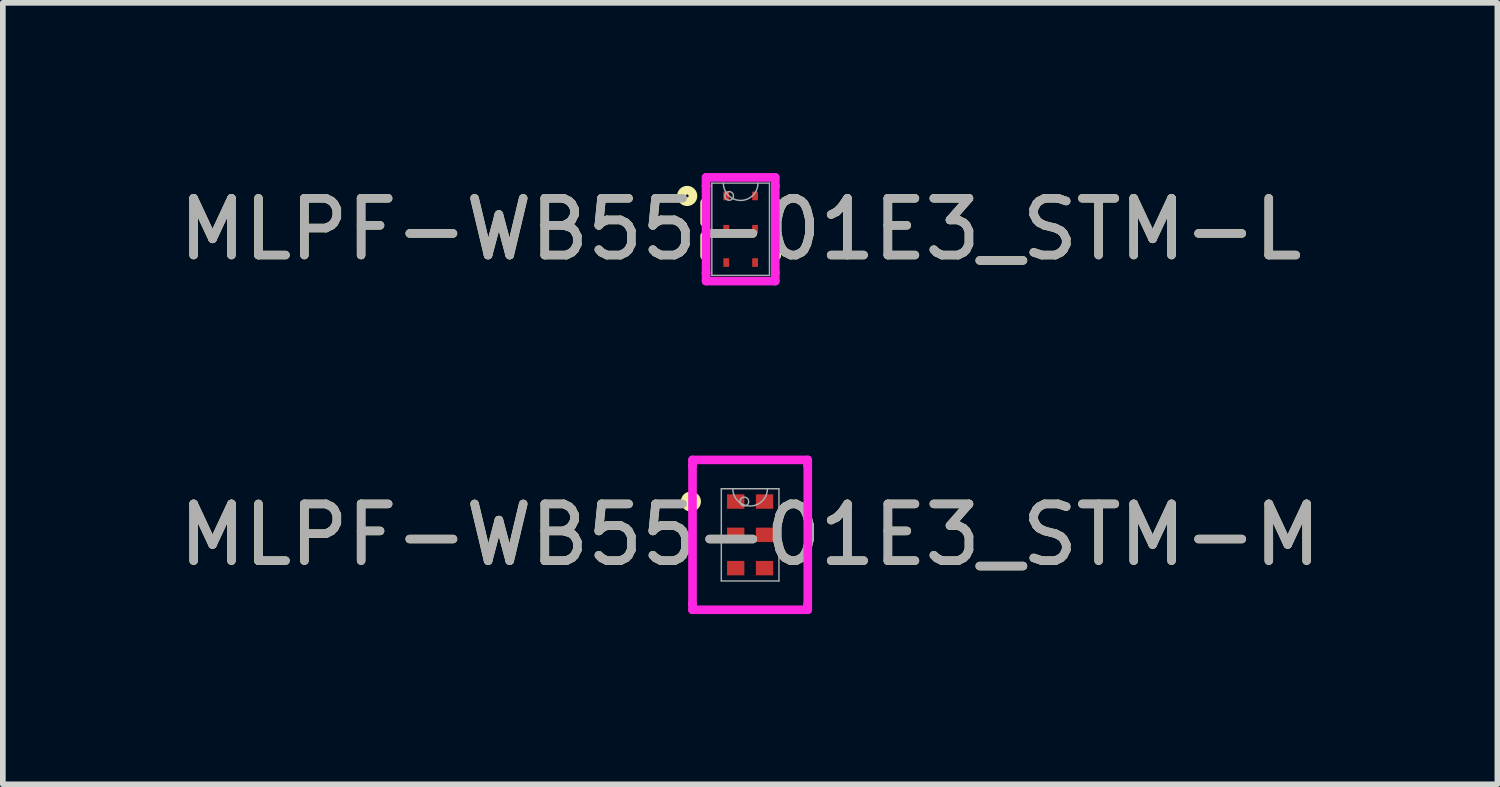
<source format=kicad_pcb>
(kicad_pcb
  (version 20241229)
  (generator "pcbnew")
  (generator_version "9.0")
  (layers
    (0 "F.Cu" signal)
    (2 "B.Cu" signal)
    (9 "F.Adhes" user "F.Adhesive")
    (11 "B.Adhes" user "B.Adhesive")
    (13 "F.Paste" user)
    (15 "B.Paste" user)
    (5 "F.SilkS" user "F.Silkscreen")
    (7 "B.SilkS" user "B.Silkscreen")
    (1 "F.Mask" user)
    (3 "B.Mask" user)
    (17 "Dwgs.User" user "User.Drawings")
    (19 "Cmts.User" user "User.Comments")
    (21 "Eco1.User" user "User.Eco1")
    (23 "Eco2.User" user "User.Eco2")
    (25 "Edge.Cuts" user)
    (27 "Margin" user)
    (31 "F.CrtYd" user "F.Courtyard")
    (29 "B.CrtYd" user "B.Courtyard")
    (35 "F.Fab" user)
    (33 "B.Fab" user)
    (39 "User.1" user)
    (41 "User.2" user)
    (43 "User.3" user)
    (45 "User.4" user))
  (footprint "MLPF-WB55-01E3_STM-M"
    (layer "F.Cu")
    (at 10.173 6.378)
    (property "Reference" "MLPF-WB55-01E3_STM-M" (at 0 0 0) (unlocked yes) (layer "F.SilkS") (effects (font (size 1 1) (thickness 0.15))))
    (attr smd)
    (fp_circle (center -1.044 -0.587) (end -0.943 -0.587) (stroke (width 0.152) (type solid)) (fill no) (layer "F.SilkS"))
    (fp_line (start -1.016 -1.321) (end 1.016 -1.321) (stroke (width 0.152) (type solid)) (layer "F.CrtYd"))
    (fp_line (start -1.016 -1.222) (end -1.016 -1.321) (stroke (width 0.152) (type solid)) (layer "F.CrtYd"))
    (fp_line (start -1.016 -1.222) (end -1.016 -1.222) (stroke (width 0.152) (type solid)) (layer "F.CrtYd"))
    (fp_line (start -1.016 1.222) (end -1.016 -1.222) (stroke (width 0.152) (type solid)) (layer "F.CrtYd"))
    (fp_line (start -1.016 1.222) (end -1.016 1.222) (stroke (width 0.152) (type solid)) (layer "F.CrtYd"))
    (fp_line (start -1.016 1.321) (end -1.016 1.222) (stroke (width 0.152) (type solid)) (layer "F.CrtYd"))
    (fp_line (start 1.016 -1.321) (end 1.016 -1.222) (stroke (width 0.152) (type solid)) (layer "F.CrtYd"))
    (fp_line (start 1.016 -1.222) (end 1.016 -1.222) (stroke (width 0.152) (type solid)) (layer "F.CrtYd"))
    (fp_line (start 1.016 -1.222) (end 1.016 1.222) (stroke (width 0.152) (type solid)) (layer "F.CrtYd"))
    (fp_line (start 1.016 1.222) (end 1.016 1.222) (stroke (width 0.152) (type solid)) (layer "F.CrtYd"))
    (fp_line (start 1.016 1.222) (end 1.016 1.321) (stroke (width 0.152) (type solid)) (layer "F.CrtYd"))
    (fp_line (start 1.016 1.321) (end -1.016 1.321) (stroke (width 0.152) (type solid)) (layer "F.CrtYd"))
    (fp_line (start -0.508 -0.813) (end -0.508 0.813) (stroke (width 0.025) (type solid)) (layer "F.Fab"))
    (fp_line (start -0.508 0.813) (end 0.508 0.813) (stroke (width 0.025) (type solid)) (layer "F.Fab"))
    (fp_line (start 0.508 -0.813) (end -0.508 -0.813) (stroke (width 0.025) (type solid)) (layer "F.Fab"))
    (fp_line (start 0.508 0.813) (end 0.508 -0.813) (stroke (width 0.025) (type solid)) (layer "F.Fab"))
    (fp_arc (start 0.3048 -0.8128) (mid 0 -0.508) (end -0.3048 -0.8128) (stroke (width 0.0254) (type solid)) (layer "F.Fab"))
    (fp_circle (center -0.102 -0.587) (end -0.025 -0.587) (stroke (width 0.025) (type solid)) (fill no) (layer "F.Fab"))
    (fp_text user "${REFERENCE}" (at 0 0 0) (unlocked yes) (layer "F.Fab") (effects (font (size 1 1) (thickness 0.15))))
    (pad "1" smd rect (at -0.254 -0.587) (size 0.305 0.254) (layers "F.Cu" "F.Mask" "F.Paste"))
    (pad "2" smd rect (at -0.254 0) (size 0.305 0.254) (layers "F.Cu" "F.Mask" "F.Paste"))
    (pad "3" smd rect (at -0.254 0.587) (size 0.305 0.254) (layers "F.Cu" "F.Mask" "F.Paste"))
    (pad "4" smd rect (at 0.254 0.587) (size 0.305 0.254) (layers "F.Cu" "F.Mask" "F.Paste"))
    (pad "5" smd rect (at 0.254 0) (size 0.305 0.254) (layers "F.Cu" "F.Mask" "F.Paste"))
    (pad "6" smd rect (at 0.254 -0.587) (size 0.305 0.254) (layers "F.Cu" "F.Mask" "F.Paste")))
  (footprint "MLPF-WB55-01E3_STM-L"
    (layer "F.Cu")
    (at 10.006 0.991)
    (property "Reference" "MLPF-WB55-01E3_STM-L" (at 0 0 0) (unlocked yes) (layer "F.SilkS") (effects (font (size 1 1) (thickness 0.15))))
    (attr smd)
    (fp_line (start -0.635 -0.47) (end -0.635 -0.117) (stroke (width 0.152) (type solid)) (layer "F.SilkS"))
    (fp_line (start -0.635 0.117) (end -0.635 0.47) (stroke (width 0.152) (type solid)) (layer "F.SilkS"))
    (fp_line (start 0.635 -0.117) (end 0.635 -0.47) (stroke (width 0.152) (type solid)) (layer "F.SilkS"))
    (fp_line (start 0.635 0.47) (end 0.635 0.117) (stroke (width 0.152) (type solid)) (layer "F.SilkS"))
    (fp_circle (center -0.943 -0.587) (end -0.841 -0.587) (stroke (width 0.152) (type solid)) (fill no) (layer "F.SilkS"))
    (fp_line (start -0.61 -0.914) (end 0.61 -0.914) (stroke (width 0.152) (type solid)) (layer "F.CrtYd"))
    (fp_line (start -0.61 -0.765) (end -0.61 -0.914) (stroke (width 0.152) (type solid)) (layer "F.CrtYd"))
    (fp_line (start -0.61 -0.765) (end -0.61 -0.765) (stroke (width 0.152) (type solid)) (layer "F.CrtYd"))
    (fp_line (start -0.61 0.765) (end -0.61 -0.765) (stroke (width 0.152) (type solid)) (layer "F.CrtYd"))
    (fp_line (start -0.61 0.765) (end -0.61 0.765) (stroke (width 0.152) (type solid)) (layer "F.CrtYd"))
    (fp_line (start -0.61 0.914) (end -0.61 0.765) (stroke (width 0.152) (type solid)) (layer "F.CrtYd"))
    (fp_line (start 0.61 -0.914) (end 0.61 -0.765) (stroke (width 0.152) (type solid)) (layer "F.CrtYd"))
    (fp_line (start 0.61 -0.765) (end 0.61 -0.765) (stroke (width 0.152) (type solid)) (layer "F.CrtYd"))
    (fp_line (start 0.61 -0.765) (end 0.61 0.765) (stroke (width 0.152) (type solid)) (layer "F.CrtYd"))
    (fp_line (start 0.61 0.765) (end 0.61 0.765) (stroke (width 0.152) (type solid)) (layer "F.CrtYd"))
    (fp_line (start 0.61 0.765) (end 0.61 0.914) (stroke (width 0.152) (type solid)) (layer "F.CrtYd"))
    (fp_line (start 0.61 0.914) (end -0.61 0.914) (stroke (width 0.152) (type solid)) (layer "F.CrtYd"))
    (fp_line (start -0.508 -0.813) (end -0.508 0.813) (stroke (width 0.025) (type solid)) (layer "F.Fab"))
    (fp_line (start -0.508 0.813) (end 0.508 0.813) (stroke (width 0.025) (type solid)) (layer "F.Fab"))
    (fp_line (start 0.508 -0.813) (end -0.508 -0.813) (stroke (width 0.025) (type solid)) (layer "F.Fab"))
    (fp_line (start 0.508 0.813) (end 0.508 -0.813) (stroke (width 0.025) (type solid)) (layer "F.Fab"))
    (fp_arc (start 0.3048 -0.8128) (mid 0 -0.508) (end -0.3048 -0.8128) (stroke (width 0.0254) (type solid)) (layer "F.Fab"))
    (fp_circle (center -0.203 -0.587) (end -0.127 -0.587) (stroke (width 0.025) (type solid)) (fill no) (layer "F.Fab"))
    (fp_text user "${REFERENCE}" (at 0 0 0) (unlocked yes) (layer "F.Fab") (effects (font (size 1 1) (thickness 0.15))))
    (pad "1" smd rect (at -0.254 -0.587) (size 0.102 0.152) (layers "F.Cu" "F.Mask" "F.Paste"))
    (pad "2" smd rect (at -0.254 0) (size 0.102 0.152) (layers "F.Cu" "F.Mask" "F.Paste"))
    (pad "3" smd rect (at -0.254 0.587) (size 0.102 0.152) (layers "F.Cu" "F.Mask" "F.Paste"))
    (pad "4" smd rect (at 0.254 0.587) (size 0.102 0.152) (layers "F.Cu" "F.Mask" "F.Paste"))
    (pad "5" smd rect (at 0.254 0) (size 0.102 0.152) (layers "F.Cu" "F.Mask" "F.Paste"))
    (pad "6" smd rect (at 0.254 -0.587) (size 0.102 0.152) (layers "F.Cu" "F.Mask" "F.Paste")))
  (gr_rect
    (start -3 -3)
    (end 23.345 10.775)
    (stroke (width 0.1) (type default))
    (fill no)
    (layer "Edge.Cuts")))
</source>
